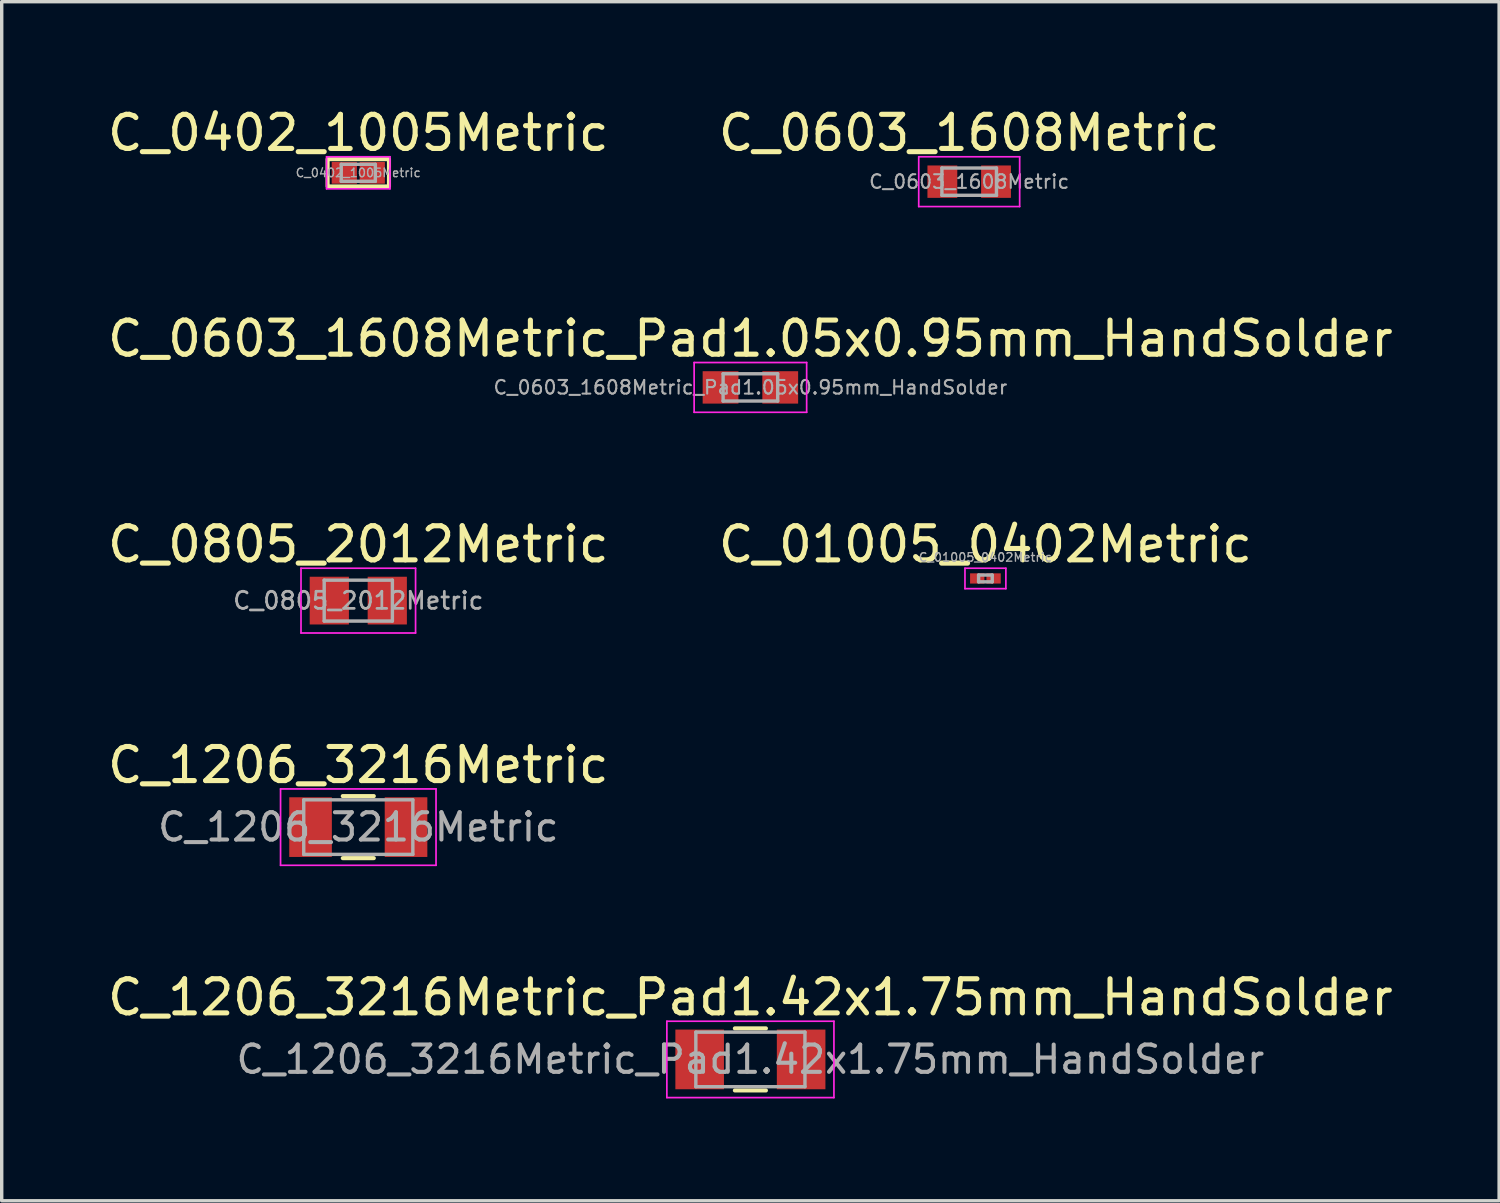
<source format=kicad_pcb>
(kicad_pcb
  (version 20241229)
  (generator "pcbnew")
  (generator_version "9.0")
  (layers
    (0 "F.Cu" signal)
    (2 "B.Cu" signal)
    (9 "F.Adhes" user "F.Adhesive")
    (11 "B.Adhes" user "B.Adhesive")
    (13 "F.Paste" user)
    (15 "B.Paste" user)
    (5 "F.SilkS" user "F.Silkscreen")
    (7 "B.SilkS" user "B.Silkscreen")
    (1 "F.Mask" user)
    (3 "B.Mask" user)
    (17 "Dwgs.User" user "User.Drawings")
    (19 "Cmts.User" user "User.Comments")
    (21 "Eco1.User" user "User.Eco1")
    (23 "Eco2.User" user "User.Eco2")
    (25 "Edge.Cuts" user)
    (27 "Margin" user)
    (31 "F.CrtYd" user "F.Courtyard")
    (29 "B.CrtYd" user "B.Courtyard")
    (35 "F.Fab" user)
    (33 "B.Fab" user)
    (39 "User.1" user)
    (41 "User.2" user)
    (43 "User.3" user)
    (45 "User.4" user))
  (footprint "C_0402_1005Metric"
    (layer "F.Cu")
    (at 7.458 2.018)
    (property "Reference" "C_0402_1005Metric" (at 0 -1.17 0) (layer "F.SilkS") (effects (font (size 1 1) (thickness 0.15))))
    (attr smd)
    (fp_rect (start -0.9 -0.4) (end 0.9 0.4) (stroke (width 0.12) (type default)) (fill no) (layer "F.SilkS"))
    (fp_line (start -0.93 -0.47) (end 0.93 -0.47) (stroke (width 0.05) (type solid)) (layer "F.CrtYd"))
    (fp_line (start -0.93 0.47) (end -0.93 -0.47) (stroke (width 0.05) (type solid)) (layer "F.CrtYd"))
    (fp_line (start 0.93 -0.47) (end 0.93 0.47) (stroke (width 0.05) (type solid)) (layer "F.CrtYd"))
    (fp_line (start 0.93 0.47) (end -0.93 0.47) (stroke (width 0.05) (type solid)) (layer "F.CrtYd"))
    (fp_line (start -0.5 -0.25) (end 0.5 -0.25) (stroke (width 0.1) (type solid)) (layer "F.Fab"))
    (fp_line (start -0.5 0.25) (end -0.5 -0.25) (stroke (width 0.1) (type solid)) (layer "F.Fab"))
    (fp_line (start 0.5 -0.25) (end 0.5 0.25) (stroke (width 0.1) (type solid)) (layer "F.Fab"))
    (fp_line (start 0.5 0.25) (end -0.5 0.25) (stroke (width 0.1) (type solid)) (layer "F.Fab"))
    (fp_text user "${REFERENCE}" (at 0 0 0) (layer "F.Fab") (effects (font (size 0.25 0.25) (thickness 0.04))))
    (pad "1" smd rect (at -0.41 0) (size 0.74 0.64) (layers "F.Cu" "F.Mask" "F.Paste"))
    (pad "2" smd rect (at 0.41 0) (size 0.74 0.64) (layers "F.Cu" "F.Mask" "F.Paste")))
  (footprint "C_0805_2012Metric"
    (layer "F.Cu")
    (at 7.458 14.565)
    (property "Reference" "C_0805_2012Metric" (at 0 -1.65 0) (layer "F.SilkS") (effects (font (size 1 1) (thickness 0.15))))
    (attr smd)
    (fp_line (start -1.68 -0.95) (end 1.68 -0.95) (stroke (width 0.05) (type solid)) (layer "F.CrtYd"))
    (fp_line (start -1.68 0.95) (end -1.68 -0.95) (stroke (width 0.05) (type solid)) (layer "F.CrtYd"))
    (fp_line (start 1.68 -0.95) (end 1.68 0.95) (stroke (width 0.05) (type solid)) (layer "F.CrtYd"))
    (fp_line (start 1.68 0.95) (end -1.68 0.95) (stroke (width 0.05) (type solid)) (layer "F.CrtYd"))
    (fp_line (start -1 -0.6) (end 1 -0.6) (stroke (width 0.1) (type solid)) (layer "F.Fab"))
    (fp_line (start -1 0.6) (end -1 -0.6) (stroke (width 0.1) (type solid)) (layer "F.Fab"))
    (fp_line (start 1 -0.6) (end 1 0.6) (stroke (width 0.1) (type solid)) (layer "F.Fab"))
    (fp_line (start 1 0.6) (end -1 0.6) (stroke (width 0.1) (type solid)) (layer "F.Fab"))
    (fp_text user "${REFERENCE}" (at 0 0 0) (layer "F.Fab") (effects (font (size 0.5 0.5) (thickness 0.08))))
    (pad "1" smd rect (at -0.85 0) (size 1.15 1.4) (layers "F.Cu" "F.Mask" "F.Paste"))
    (pad "2" smd rect (at 0.85 0) (size 1.15 1.4) (layers "F.Cu" "F.Mask" "F.Paste")))
  (footprint "C_01005_0402Metric"
    (layer "F.Cu")
    (at 25.851 13.915)
    (property "Reference" "C_01005_0402Metric" (at 0 -1 0) (layer "F.SilkS") (effects (font (size 1 1) (thickness 0.15))))
    (attr smd)
    (fp_line (start -0.6 -0.3) (end 0.6 -0.3) (stroke (width 0.05) (type solid)) (layer "F.CrtYd"))
    (fp_line (start -0.6 0.3) (end -0.6 -0.3) (stroke (width 0.05) (type solid)) (layer "F.CrtYd"))
    (fp_line (start 0.6 -0.3) (end 0.6 0.3) (stroke (width 0.05) (type solid)) (layer "F.CrtYd"))
    (fp_line (start 0.6 0.3) (end -0.6 0.3) (stroke (width 0.05) (type solid)) (layer "F.CrtYd"))
    (fp_line (start -0.2 -0.1) (end 0.2 -0.1) (stroke (width 0.1) (type solid)) (layer "F.Fab"))
    (fp_line (start -0.2 0.1) (end -0.2 -0.1) (stroke (width 0.1) (type solid)) (layer "F.Fab"))
    (fp_line (start 0.2 -0.1) (end 0.2 0.1) (stroke (width 0.1) (type solid)) (layer "F.Fab"))
    (fp_line (start 0.2 0.1) (end -0.2 0.1) (stroke (width 0.1) (type solid)) (layer "F.Fab"))
    (fp_text user "${REFERENCE}" (at 0 -0.62 0) (layer "F.Fab") (effects (font (size 0.25 0.25) (thickness 0.04))))
    (pad "" smd rect (at -0.265 0) (size 0.286 0.27) (layers "F.Paste"))
    (pad "" smd rect (at 0.265 0) (size 0.286 0.27) (layers "F.Paste"))
    (pad "1" smd rect (at -0.24 0) (size 0.42 0.3) (layers "F.Cu" "F.Mask"))
    (pad "2" smd rect (at 0.24 0) (size 0.42 0.3) (layers "F.Cu" "F.Mask")))
  (footprint "C_0603_1608Metric"
    (layer "F.Cu")
    (at 25.375 2.278)
    (property "Reference" "C_0603_1608Metric" (at 0 -1.43 0) (layer "F.SilkS") (effects (font (size 1 1) (thickness 0.15))))
    (attr smd)
    (fp_line (start -1.48 -0.73) (end 1.48 -0.73) (stroke (width 0.05) (type solid)) (layer "F.CrtYd"))
    (fp_line (start -1.48 0.73) (end -1.48 -0.73) (stroke (width 0.05) (type solid)) (layer "F.CrtYd"))
    (fp_line (start 1.48 -0.73) (end 1.48 0.73) (stroke (width 0.05) (type solid)) (layer "F.CrtYd"))
    (fp_line (start 1.48 0.73) (end -1.48 0.73) (stroke (width 0.05) (type solid)) (layer "F.CrtYd"))
    (fp_line (start -0.8 -0.4) (end 0.8 -0.4) (stroke (width 0.1) (type solid)) (layer "F.Fab"))
    (fp_line (start -0.8 0.4) (end -0.8 -0.4) (stroke (width 0.1) (type solid)) (layer "F.Fab"))
    (fp_line (start 0.8 -0.4) (end 0.8 0.4) (stroke (width 0.1) (type solid)) (layer "F.Fab"))
    (fp_line (start 0.8 0.4) (end -0.8 0.4) (stroke (width 0.1) (type solid)) (layer "F.Fab"))
    (fp_text user "${REFERENCE}" (at 0 0 0) (layer "F.Fab") (effects (font (size 0.4 0.4) (thickness 0.06))))
    (pad "1" smd rect (at -0.787 0) (size 0.875 0.95) (layers "F.Cu" "F.Mask" "F.Paste"))
    (pad "2" smd rect (at 0.787 0) (size 0.875 0.95) (layers "F.Cu" "F.Mask" "F.Paste")))
  (footprint "C_1206_3216Metric"
    (layer "F.Cu")
    (at 7.458 21.208)
    (property "Reference" "C_1206_3216Metric" (at 0 -1.82 0) (layer "F.SilkS") (effects (font (size 1 1) (thickness 0.15))))
    (attr smd)
    (fp_line (start -0.455 -0.91) (end 0.455 -0.91) (stroke (width 0.12) (type solid)) (layer "F.SilkS"))
    (fp_line (start -0.455 0.91) (end 0.455 0.91) (stroke (width 0.12) (type solid)) (layer "F.SilkS"))
    (fp_line (start -2.28 -1.12) (end 2.28 -1.12) (stroke (width 0.05) (type solid)) (layer "F.CrtYd"))
    (fp_line (start -2.28 1.12) (end -2.28 -1.12) (stroke (width 0.05) (type solid)) (layer "F.CrtYd"))
    (fp_line (start 2.28 -1.12) (end 2.28 1.12) (stroke (width 0.05) (type solid)) (layer "F.CrtYd"))
    (fp_line (start 2.28 1.12) (end -2.28 1.12) (stroke (width 0.05) (type solid)) (layer "F.CrtYd"))
    (fp_line (start -1.6 -0.8) (end 1.6 -0.8) (stroke (width 0.1) (type solid)) (layer "F.Fab"))
    (fp_line (start -1.6 0.8) (end -1.6 -0.8) (stroke (width 0.1) (type solid)) (layer "F.Fab"))
    (fp_line (start 1.6 -0.8) (end 1.6 0.8) (stroke (width 0.1) (type solid)) (layer "F.Fab"))
    (fp_line (start 1.6 0.8) (end -1.6 0.8) (stroke (width 0.1) (type solid)) (layer "F.Fab"))
    (fp_text user "${REFERENCE}" (at 0 0 0) (layer "F.Fab") (effects (font (size 0.8 0.8) (thickness 0.12))))
    (pad "1" smd rect (at -1.4 0) (size 1.25 1.75) (layers "F.Cu" "F.Mask" "F.Paste"))
    (pad "2" smd rect (at 1.4 0) (size 1.25 1.75) (layers "F.Cu" "F.Mask" "F.Paste")))
  (footprint "C_0603_1608Metric_Pad1.05x0.95mm_HandSolder"
    (layer "F.Cu")
    (at 18.958 8.312)
    (property "Reference" "C_0603_1608Metric_Pad1.05x0.95mm_HandSolder" (at 0 -1.43 0) (layer "F.SilkS") (effects (font (size 1 1) (thickness 0.15))))
    (attr smd)
    (fp_line (start -1.65 -0.73) (end 1.65 -0.73) (stroke (width 0.05) (type solid)) (layer "F.CrtYd"))
    (fp_line (start -1.65 0.73) (end -1.65 -0.73) (stroke (width 0.05) (type solid)) (layer "F.CrtYd"))
    (fp_line (start 1.65 -0.73) (end 1.65 0.73) (stroke (width 0.05) (type solid)) (layer "F.CrtYd"))
    (fp_line (start 1.65 0.73) (end -1.65 0.73) (stroke (width 0.05) (type solid)) (layer "F.CrtYd"))
    (fp_line (start -0.8 -0.4) (end 0.8 -0.4) (stroke (width 0.1) (type solid)) (layer "F.Fab"))
    (fp_line (start -0.8 0.4) (end -0.8 -0.4) (stroke (width 0.1) (type solid)) (layer "F.Fab"))
    (fp_line (start 0.8 -0.4) (end 0.8 0.4) (stroke (width 0.1) (type solid)) (layer "F.Fab"))
    (fp_line (start 0.8 0.4) (end -0.8 0.4) (stroke (width 0.1) (type solid)) (layer "F.Fab"))
    (fp_text user "${REFERENCE}" (at 0 0 0) (layer "F.Fab") (effects (font (size 0.4 0.4) (thickness 0.06))))
    (pad "1" smd rect (at -0.875 0) (size 1.05 0.95) (layers "F.Cu" "F.Mask" "F.Paste"))
    (pad "2" smd rect (at 0.875 0) (size 1.05 0.95) (layers "F.Cu" "F.Mask" "F.Paste")))
  (footprint "C_1206_3216Metric_Pad1.42x1.75mm_HandSolder"
    (layer "F.Cu")
    (at 18.958 28.021)
    (property "Reference" "C_1206_3216Metric_Pad1.42x1.75mm_HandSolder" (at 0 -1.82 0) (layer "F.SilkS") (effects (font (size 1 1) (thickness 0.15))))
    (attr smd)
    (fp_line (start -0.455 -0.91) (end 0.455 -0.91) (stroke (width 0.12) (type solid)) (layer "F.SilkS"))
    (fp_line (start -0.455 0.91) (end 0.455 0.91) (stroke (width 0.12) (type solid)) (layer "F.SilkS"))
    (fp_line (start -2.45 -1.12) (end 2.45 -1.12) (stroke (width 0.05) (type solid)) (layer "F.CrtYd"))
    (fp_line (start -2.45 1.12) (end -2.45 -1.12) (stroke (width 0.05) (type solid)) (layer "F.CrtYd"))
    (fp_line (start 2.45 -1.12) (end 2.45 1.12) (stroke (width 0.05) (type solid)) (layer "F.CrtYd"))
    (fp_line (start 2.45 1.12) (end -2.45 1.12) (stroke (width 0.05) (type solid)) (layer "F.CrtYd"))
    (fp_line (start -1.6 -0.8) (end 1.6 -0.8) (stroke (width 0.1) (type solid)) (layer "F.Fab"))
    (fp_line (start -1.6 0.8) (end -1.6 -0.8) (stroke (width 0.1) (type solid)) (layer "F.Fab"))
    (fp_line (start 1.6 -0.8) (end 1.6 0.8) (stroke (width 0.1) (type solid)) (layer "F.Fab"))
    (fp_line (start 1.6 0.8) (end -1.6 0.8) (stroke (width 0.1) (type solid)) (layer "F.Fab"))
    (fp_text user "${REFERENCE}" (at 0 0 0) (layer "F.Fab") (effects (font (size 0.8 0.8) (thickness 0.12))))
    (pad "1" smd rect (at -1.488 0) (size 1.425 1.75) (layers "F.Cu" "F.Mask" "F.Paste"))
    (pad "2" smd rect (at 1.488 0) (size 1.425 1.75) (layers "F.Cu" "F.Mask" "F.Paste")))
  (gr_rect
    (start -3 -3)
    (end 40.917 32.166)
    (stroke (width 0.1) (type default))
    (fill no)
    (layer "Edge.Cuts")))
</source>
